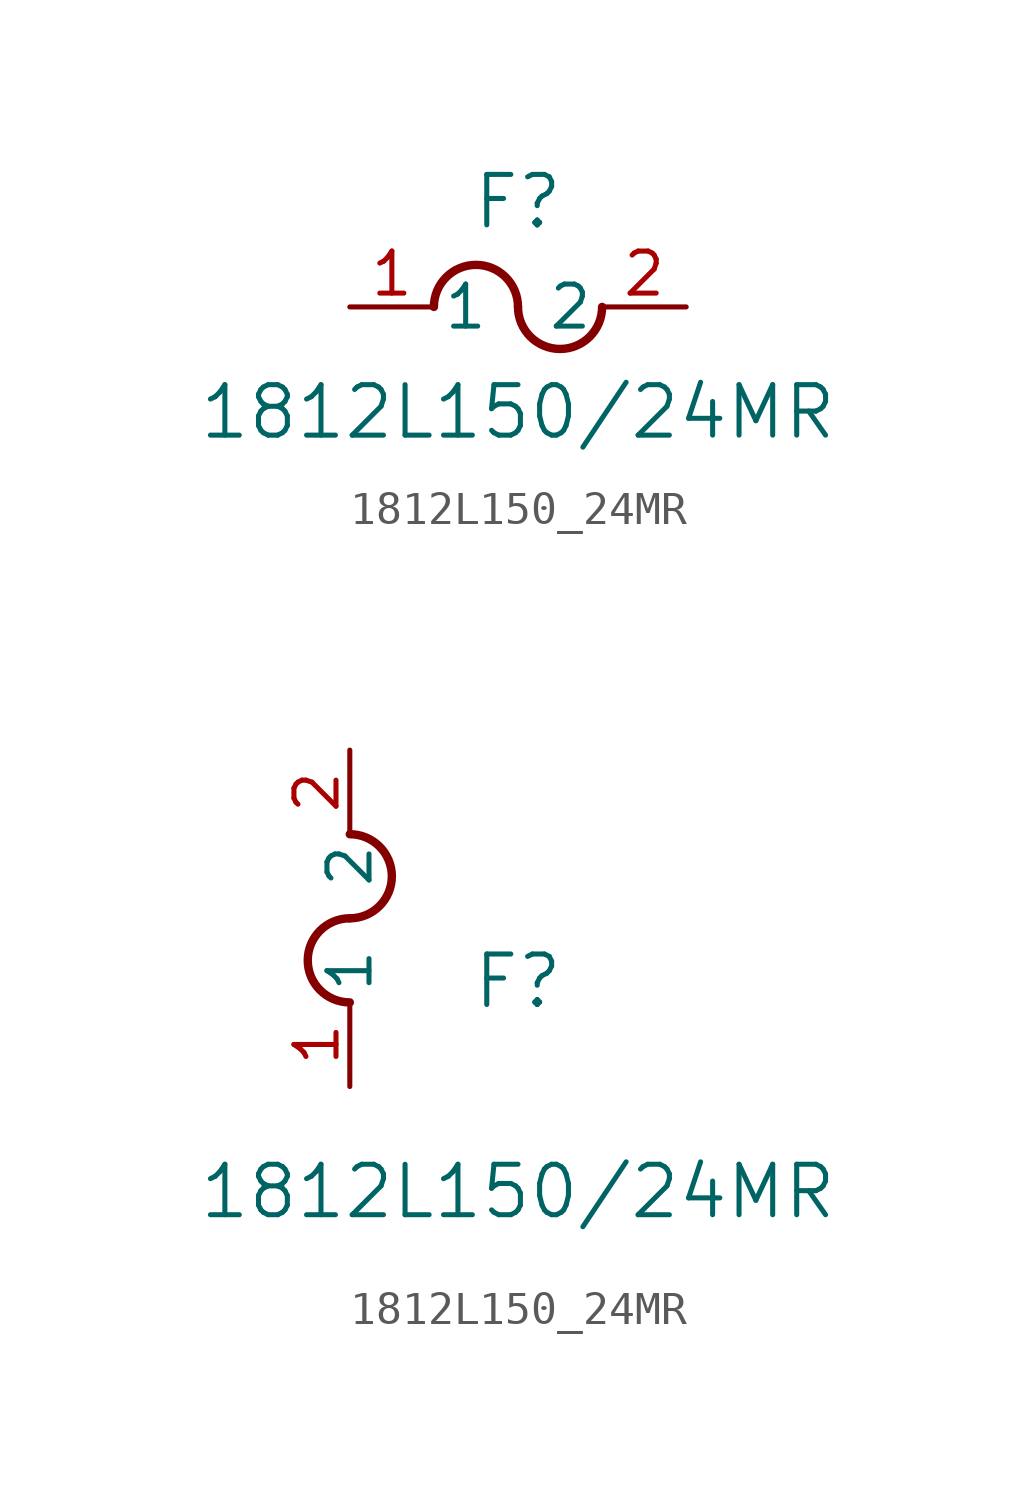
<source format=kicad_sym>
(kicad_symbol_lib
  (version 20211014)
  (generator kicad_symbol_editor)
  (symbol "1812L150_24MR"
    (pin_names
      (offset 0.254))
    (property "Reference" "F"
      (at 5.08 3.175 0)
      (effects (font (size 1.524 1.524))))
    (property "Value" "1812L150/24MR"
      (at 5.08 -3.175 0)
      (effects (font (size 1.524 1.524))))
    (symbol "1812L150_24MR_1_1"
      (arc (start 5.08 0) (mid 3.81 1.27) (end 2.54 0) (stroke (width 0.254) (type default) (color 0 0 0 0)) (fill (type none)))
      (arc (start 5.08 0) (mid 6.35 -1.27) (end 7.62 0) (stroke (width 0.254) (type default) (color 0 0 0 0)) (fill (type none)))
      (pin unspecified line (at 0 0 0) (length 2.54) (name "1" (effects (font (size 1.27 1.27)))) (number "1" (effects (font (size 1.27 1.27)))))
      (pin unspecified line (at 10.16 0 180) (length 2.54) (name "2" (effects (font (size 1.27 1.27)))) (number "2" (effects (font (size 1.27 1.27))))))
    (symbol "1812L150_24MR_1_2"
      (arc (start 0 5.08) (mid -1.27 3.81) (end 0 2.54) (stroke (width 0.254) (type default) (color 0 0 0 0)) (fill (type none)))
      (arc (start 0 5.08) (mid 1.27 6.35) (end 0 7.62) (stroke (width 0.254) (type default) (color 0 0 0 0)) (fill (type none)))
      (pin unspecified line (at 0 0 90) (length 2.54) (name "1" (effects (font (size 1.27 1.27)))) (number "1" (effects (font (size 1.27 1.27)))))
      (pin unspecified line (at 0 10.16 270) (length 2.54) (name "2" (effects (font (size 1.27 1.27)))) (number "2" (effects (font (size 1.27 1.27))))))))
</source>
